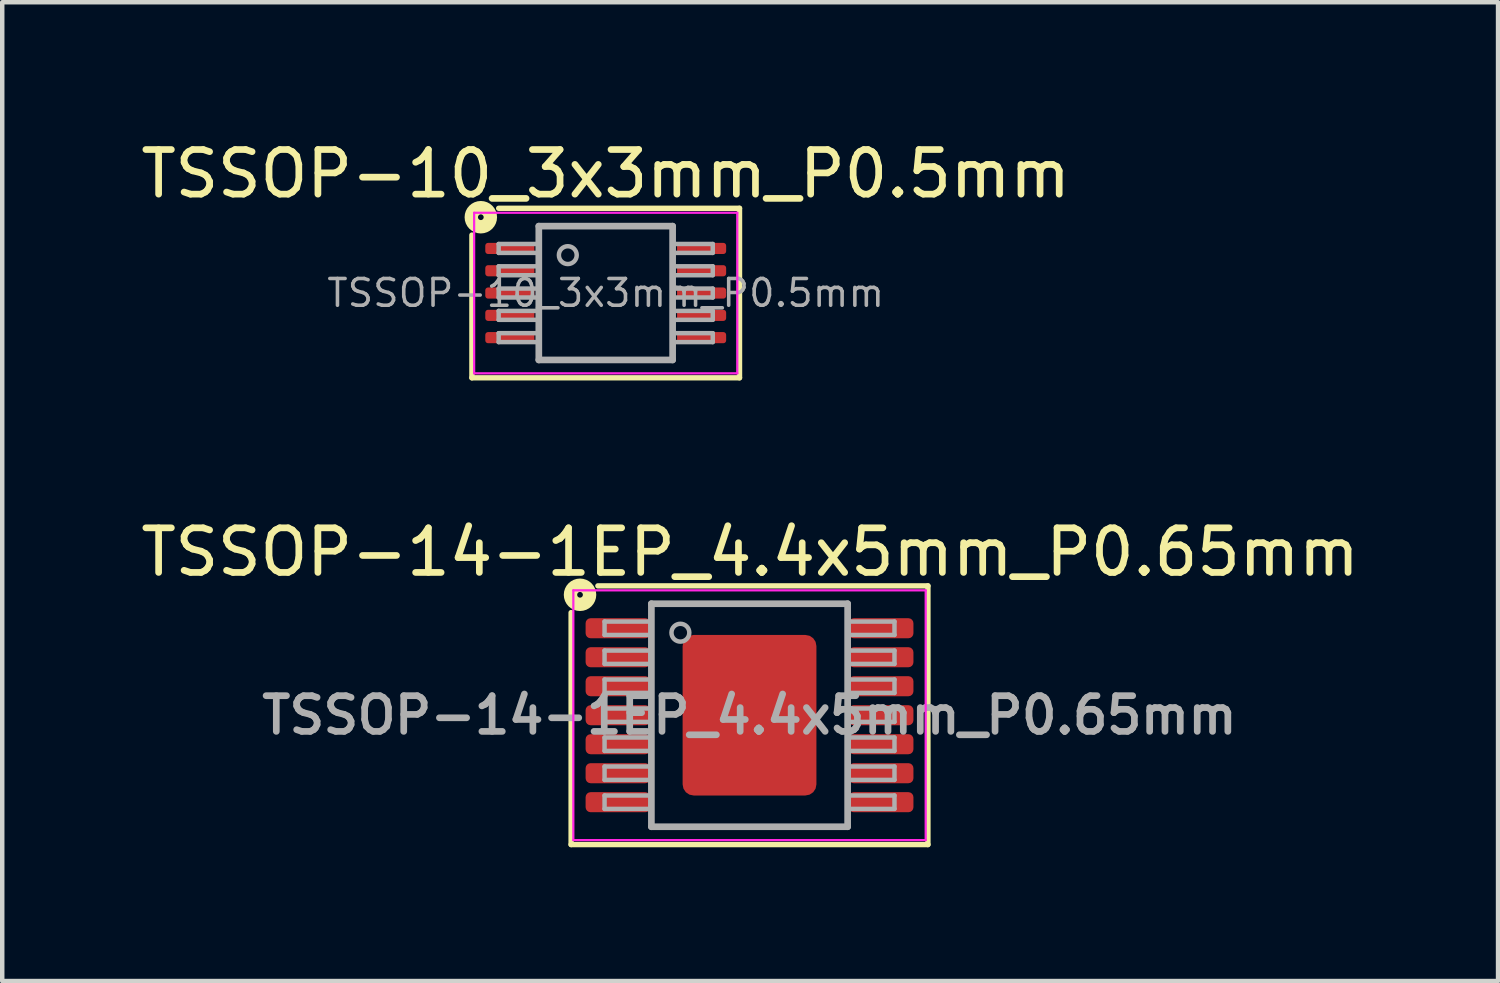
<source format=kicad_pcb>
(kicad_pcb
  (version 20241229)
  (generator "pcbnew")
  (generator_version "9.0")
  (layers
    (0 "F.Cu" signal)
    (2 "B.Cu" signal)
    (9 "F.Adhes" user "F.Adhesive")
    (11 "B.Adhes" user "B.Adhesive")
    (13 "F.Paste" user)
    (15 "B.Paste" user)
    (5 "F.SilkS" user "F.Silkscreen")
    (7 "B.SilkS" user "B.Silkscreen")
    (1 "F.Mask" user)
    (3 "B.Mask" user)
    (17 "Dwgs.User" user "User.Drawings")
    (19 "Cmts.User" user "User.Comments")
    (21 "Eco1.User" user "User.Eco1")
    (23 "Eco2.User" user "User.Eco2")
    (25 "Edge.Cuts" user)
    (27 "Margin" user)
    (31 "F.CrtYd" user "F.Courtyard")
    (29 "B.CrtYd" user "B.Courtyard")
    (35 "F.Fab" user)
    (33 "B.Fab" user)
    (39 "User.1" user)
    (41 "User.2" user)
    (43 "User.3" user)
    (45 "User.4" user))
  (footprint "TSSOP-14-1EP_4.4x5mm_P0.65mm"
    (layer "F.Cu")
    (at 13.754 12.985)
    (property "Reference" "TSSOP-14-1EP_4.4x5mm_P0.65mm" (at 0.014 -3.656 0) (layer "F.SilkS") (effects (font (size 1 1) (thickness 0.15))))
    (attr smd)
    (fp_line (start -4 -2.3) (end -4 2.9) (stroke (width 0.12) (type solid)) (layer "F.SilkS"))
    (fp_line (start -4 2.9) (end 4 2.9) (stroke (width 0.12) (type solid)) (layer "F.SilkS"))
    (fp_line (start 4 -2.9) (end -3.4 -2.9) (stroke (width 0.12) (type solid)) (layer "F.SilkS"))
    (fp_line (start 4 2.9) (end 4 -2.9) (stroke (width 0.12) (type solid)) (layer "F.SilkS"))
    (fp_circle (center -3.8 -2.7) (end -3.736 -2.7) (stroke (width 0.3) (type solid)) (fill no) (layer "F.SilkS"))
    (fp_line (start -3.95 -2.8) (end -3.95 2.8) (stroke (width 0.05) (type solid)) (layer "F.CrtYd"))
    (fp_line (start -3.95 -2.8) (end 3.95 -2.8) (stroke (width 0.05) (type solid)) (layer "F.CrtYd"))
    (fp_line (start -3.95 2.8) (end 3.95 2.8) (stroke (width 0.05) (type solid)) (layer "F.CrtYd"))
    (fp_line (start 3.95 -2.8) (end 3.95 2.8) (stroke (width 0.05) (type solid)) (layer "F.CrtYd"))
    (fp_line (start -3.25 -2.1) (end -3.25 -1.8) (stroke (width 0.1) (type solid)) (layer "F.Fab"))
    (fp_line (start -3.25 -2.1) (end -2.2 -2.1) (stroke (width 0.1) (type solid)) (layer "F.Fab"))
    (fp_line (start -3.25 -1.8) (end -2.2 -1.8) (stroke (width 0.1) (type solid)) (layer "F.Fab"))
    (fp_line (start -3.25 -1.45) (end -3.25 -1.15) (stroke (width 0.1) (type solid)) (layer "F.Fab"))
    (fp_line (start -3.25 -1.45) (end -2.2 -1.45) (stroke (width 0.1) (type solid)) (layer "F.Fab"))
    (fp_line (start -3.25 -1.15) (end -2.2 -1.15) (stroke (width 0.1) (type solid)) (layer "F.Fab"))
    (fp_line (start -3.25 -0.8) (end -3.25 -0.5) (stroke (width 0.1) (type solid)) (layer "F.Fab"))
    (fp_line (start -3.25 -0.8) (end -2.2 -0.8) (stroke (width 0.1) (type solid)) (layer "F.Fab"))
    (fp_line (start -3.25 -0.5) (end -2.2 -0.5) (stroke (width 0.1) (type solid)) (layer "F.Fab"))
    (fp_line (start -3.25 -0.15) (end -3.25 0.15) (stroke (width 0.1) (type solid)) (layer "F.Fab"))
    (fp_line (start -3.25 -0.15) (end -2.2 -0.15) (stroke (width 0.1) (type solid)) (layer "F.Fab"))
    (fp_line (start -3.25 0.15) (end -2.2 0.15) (stroke (width 0.1) (type solid)) (layer "F.Fab"))
    (fp_line (start -3.25 0.5) (end -3.25 0.8) (stroke (width 0.1) (type solid)) (layer "F.Fab"))
    (fp_line (start -3.25 0.5) (end -2.2 0.5) (stroke (width 0.1) (type solid)) (layer "F.Fab"))
    (fp_line (start -3.25 0.8) (end -2.2 0.8) (stroke (width 0.1) (type solid)) (layer "F.Fab"))
    (fp_line (start -3.25 1.15) (end -3.25 1.45) (stroke (width 0.1) (type solid)) (layer "F.Fab"))
    (fp_line (start -3.25 1.15) (end -2.2 1.15) (stroke (width 0.1) (type solid)) (layer "F.Fab"))
    (fp_line (start -3.25 1.45) (end -2.2 1.45) (stroke (width 0.1) (type solid)) (layer "F.Fab"))
    (fp_line (start -3.25 1.8) (end -3.25 2.1) (stroke (width 0.1) (type solid)) (layer "F.Fab"))
    (fp_line (start -3.25 1.8) (end -2.2 1.8) (stroke (width 0.1) (type solid)) (layer "F.Fab"))
    (fp_line (start -3.25 2.1) (end -2.2 2.1) (stroke (width 0.1) (type solid)) (layer "F.Fab"))
    (fp_line (start -2.2 -2.5) (end 2.2 -2.5) (stroke (width 0.15) (type solid)) (layer "F.Fab"))
    (fp_line (start -2.2 2.5) (end -2.2 -2.5) (stroke (width 0.15) (type solid)) (layer "F.Fab"))
    (fp_line (start 2.2 -2.5) (end 2.2 2.5) (stroke (width 0.15) (type solid)) (layer "F.Fab"))
    (fp_line (start 2.2 2.5) (end -2.2 2.5) (stroke (width 0.15) (type solid)) (layer "F.Fab"))
    (fp_line (start 3.25 -2.1) (end 2.2 -2.1) (stroke (width 0.1) (type solid)) (layer "F.Fab"))
    (fp_line (start 3.25 -1.8) (end 2.2 -1.8) (stroke (width 0.1) (type solid)) (layer "F.Fab"))
    (fp_line (start 3.25 -1.8) (end 3.25 -2.1) (stroke (width 0.1) (type solid)) (layer "F.Fab"))
    (fp_line (start 3.25 -1.45) (end 2.2 -1.45) (stroke (width 0.1) (type solid)) (layer "F.Fab"))
    (fp_line (start 3.25 -1.15) (end 2.2 -1.15) (stroke (width 0.1) (type solid)) (layer "F.Fab"))
    (fp_line (start 3.25 -1.15) (end 3.25 -1.45) (stroke (width 0.1) (type solid)) (layer "F.Fab"))
    (fp_line (start 3.25 -0.8) (end 2.2 -0.8) (stroke (width 0.1) (type solid)) (layer "F.Fab"))
    (fp_line (start 3.25 -0.5) (end 2.2 -0.5) (stroke (width 0.1) (type solid)) (layer "F.Fab"))
    (fp_line (start 3.25 -0.5) (end 3.25 -0.8) (stroke (width 0.1) (type solid)) (layer "F.Fab"))
    (fp_line (start 3.25 -0.15) (end 2.2 -0.15) (stroke (width 0.1) (type solid)) (layer "F.Fab"))
    (fp_line (start 3.25 0.15) (end 2.2 0.15) (stroke (width 0.1) (type solid)) (layer "F.Fab"))
    (fp_line (start 3.25 0.15) (end 3.25 -0.15) (stroke (width 0.1) (type solid)) (layer "F.Fab"))
    (fp_line (start 3.25 0.5) (end 2.2 0.5) (stroke (width 0.1) (type solid)) (layer "F.Fab"))
    (fp_line (start 3.25 0.8) (end 2.2 0.8) (stroke (width 0.1) (type solid)) (layer "F.Fab"))
    (fp_line (start 3.25 0.8) (end 3.25 0.5) (stroke (width 0.1) (type solid)) (layer "F.Fab"))
    (fp_line (start 3.25 1.15) (end 2.2 1.15) (stroke (width 0.1) (type solid)) (layer "F.Fab"))
    (fp_line (start 3.25 1.45) (end 2.2 1.45) (stroke (width 0.1) (type solid)) (layer "F.Fab"))
    (fp_line (start 3.25 1.45) (end 3.25 1.15) (stroke (width 0.1) (type solid)) (layer "F.Fab"))
    (fp_line (start 3.25 1.8) (end 2.2 1.8) (stroke (width 0.1) (type solid)) (layer "F.Fab"))
    (fp_line (start 3.25 2.1) (end 2.2 2.1) (stroke (width 0.1) (type solid)) (layer "F.Fab"))
    (fp_line (start 3.25 2.1) (end 3.25 1.8) (stroke (width 0.1) (type solid)) (layer "F.Fab"))
    (fp_circle (center -1.55 -1.85) (end -1.35 -1.85) (stroke (width 0.1) (type solid)) (fill no) (layer "F.Fab"))
    (fp_text user "${REFERENCE}" (at 0 0 0) (layer "F.Fab") (effects (font (size 0.8 0.8) (thickness 0.15))))
    (pad "" smd roundrect (at -0.8 -0.9) (size 1.2 1.4) (layers "F.Paste") (roundrect_rratio 0.25))
    (pad "" smd roundrect (at -0.8 0.9) (size 1.2 1.4) (layers "F.Paste") (roundrect_rratio 0.25))
    (pad "" smd roundrect (at 0.8 -0.9) (size 1.2 1.4) (layers "F.Paste") (roundrect_rratio 0.25))
    (pad "" smd roundrect (at 0.8 0.9) (size 1.2 1.4) (layers "F.Paste") (roundrect_rratio 0.25))
    (pad "1" smd roundrect (at -2.95 -1.95) (size 1.45 0.45) (layers "F.Cu" "F.Mask" "F.Paste") (roundrect_rratio 0.25))
    (pad "2" smd roundrect (at -2.95 -1.3) (size 1.45 0.45) (layers "F.Cu" "F.Mask" "F.Paste") (roundrect_rratio 0.25))
    (pad "3" smd roundrect (at -2.95 -0.65) (size 1.45 0.45) (layers "F.Cu" "F.Mask" "F.Paste") (roundrect_rratio 0.25))
    (pad "4" smd roundrect (at -2.95 0) (size 1.45 0.45) (layers "F.Cu" "F.Mask" "F.Paste") (roundrect_rratio 0.25))
    (pad "5" smd roundrect (at -2.95 0.65) (size 1.45 0.45) (layers "F.Cu" "F.Mask" "F.Paste") (roundrect_rratio 0.25))
    (pad "6" smd roundrect (at -2.95 1.3) (size 1.45 0.45) (layers "F.Cu" "F.Mask" "F.Paste") (roundrect_rratio 0.25))
    (pad "7" smd roundrect (at -2.95 1.95) (size 1.45 0.45) (layers "F.Cu" "F.Mask" "F.Paste") (roundrect_rratio 0.25))
    (pad "8" smd roundrect (at 2.95 1.95) (size 1.45 0.45) (layers "F.Cu" "F.Mask" "F.Paste") (roundrect_rratio 0.25))
    (pad "9" smd roundrect (at 2.95 1.3) (size 1.45 0.45) (layers "F.Cu" "F.Mask" "F.Paste") (roundrect_rratio 0.25))
    (pad "10" smd roundrect (at 2.95 0.65) (size 1.45 0.45) (layers "F.Cu" "F.Mask" "F.Paste") (roundrect_rratio 0.25))
    (pad "11" smd roundrect (at 2.95 0) (size 1.45 0.45) (layers "F.Cu" "F.Mask" "F.Paste") (roundrect_rratio 0.25))
    (pad "12" smd roundrect (at 2.95 -0.65) (size 1.45 0.45) (layers "F.Cu" "F.Mask" "F.Paste") (roundrect_rratio 0.25))
    (pad "13" smd roundrect (at 2.95 -1.3) (size 1.45 0.45) (layers "F.Cu" "F.Mask" "F.Paste") (roundrect_rratio 0.25))
    (pad "14" smd roundrect (at 2.95 -1.95) (size 1.45 0.45) (layers "F.Cu" "F.Mask" "F.Paste") (roundrect_rratio 0.25))
    (pad "15" smd roundrect (at 0 0) (size 3 3.6) (layers "F.Cu" "F.Mask") (roundrect_rratio 0.083)))
  (footprint "TSSOP-10_3x3mm_P0.5mm"
    (layer "F.Cu")
    (at 10.53 3.52)
    (property "Reference" "TSSOP-10_3x3mm_P0.5mm" (at 0 -2.672 0) (layer "F.SilkS") (effects (font (size 1 1) (thickness 0.15))))
    (attr smd)
    (fp_line (start -3 -1.3) (end -3 1.9) (stroke (width 0.12) (type solid)) (layer "F.SilkS"))
    (fp_line (start -3 1.9) (end 3 1.9) (stroke (width 0.12) (type solid)) (layer "F.SilkS"))
    (fp_line (start 3 -1.9) (end -2.4 -1.9) (stroke (width 0.12) (type solid)) (layer "F.SilkS"))
    (fp_line (start 3 1.9) (end 3 -1.9) (stroke (width 0.12) (type solid)) (layer "F.SilkS"))
    (fp_circle (center -2.8 -1.7) (end -2.736 -1.7) (stroke (width 0.3) (type solid)) (fill no) (layer "F.SilkS"))
    (fp_line (start -2.95 -1.8) (end -2.95 1.8) (stroke (width 0.05) (type solid)) (layer "F.CrtYd"))
    (fp_line (start -2.95 -1.8) (end 2.95 -1.8) (stroke (width 0.05) (type solid)) (layer "F.CrtYd"))
    (fp_line (start -2.95 1.8) (end 2.95 1.8) (stroke (width 0.05) (type solid)) (layer "F.CrtYd"))
    (fp_line (start 2.95 -1.8) (end 2.95 1.8) (stroke (width 0.05) (type solid)) (layer "F.CrtYd"))
    (fp_line (start -2.4 -1.1) (end -2.4 -0.9) (stroke (width 0.1) (type solid)) (layer "F.Fab"))
    (fp_line (start -2.4 -1.1) (end -1.5 -1.1) (stroke (width 0.1) (type solid)) (layer "F.Fab"))
    (fp_line (start -2.4 -0.9) (end -1.5 -0.9) (stroke (width 0.1) (type solid)) (layer "F.Fab"))
    (fp_line (start -2.4 -0.6) (end -2.4 -0.4) (stroke (width 0.1) (type solid)) (layer "F.Fab"))
    (fp_line (start -2.4 -0.6) (end -1.5 -0.6) (stroke (width 0.1) (type solid)) (layer "F.Fab"))
    (fp_line (start -2.4 -0.4) (end -1.5 -0.4) (stroke (width 0.1) (type solid)) (layer "F.Fab"))
    (fp_line (start -2.4 -0.1) (end -2.4 0.1) (stroke (width 0.1) (type solid)) (layer "F.Fab"))
    (fp_line (start -2.4 -0.1) (end -1.5 -0.1) (stroke (width 0.1) (type solid)) (layer "F.Fab"))
    (fp_line (start -2.4 0.1) (end -1.5 0.1) (stroke (width 0.1) (type solid)) (layer "F.Fab"))
    (fp_line (start -2.4 0.4) (end -2.4 0.6) (stroke (width 0.1) (type solid)) (layer "F.Fab"))
    (fp_line (start -2.4 0.4) (end -1.5 0.4) (stroke (width 0.1) (type solid)) (layer "F.Fab"))
    (fp_line (start -2.4 0.6) (end -1.5 0.6) (stroke (width 0.1) (type solid)) (layer "F.Fab"))
    (fp_line (start -2.4 0.9) (end -2.4 1.1) (stroke (width 0.1) (type solid)) (layer "F.Fab"))
    (fp_line (start -2.4 0.9) (end -1.5 0.9) (stroke (width 0.1) (type solid)) (layer "F.Fab"))
    (fp_line (start -2.4 1.1) (end -1.5 1.1) (stroke (width 0.1) (type solid)) (layer "F.Fab"))
    (fp_line (start -1.5 -1.5) (end 1.5 -1.5) (stroke (width 0.15) (type solid)) (layer "F.Fab"))
    (fp_line (start -1.5 1.5) (end -1.5 -1.5) (stroke (width 0.15) (type solid)) (layer "F.Fab"))
    (fp_line (start 1.5 -1.5) (end 1.5 1.5) (stroke (width 0.15) (type solid)) (layer "F.Fab"))
    (fp_line (start 1.5 1.5) (end -1.5 1.5) (stroke (width 0.15) (type solid)) (layer "F.Fab"))
    (fp_line (start 2.4 -1.1) (end 1.5 -1.1) (stroke (width 0.1) (type solid)) (layer "F.Fab"))
    (fp_line (start 2.4 -0.9) (end 1.5 -0.9) (stroke (width 0.1) (type solid)) (layer "F.Fab"))
    (fp_line (start 2.4 -0.9) (end 2.4 -1.1) (stroke (width 0.1) (type solid)) (layer "F.Fab"))
    (fp_line (start 2.4 -0.6) (end 1.5 -0.6) (stroke (width 0.1) (type solid)) (layer "F.Fab"))
    (fp_line (start 2.4 -0.4) (end 1.5 -0.4) (stroke (width 0.1) (type solid)) (layer "F.Fab"))
    (fp_line (start 2.4 -0.4) (end 2.4 -0.6) (stroke (width 0.1) (type solid)) (layer "F.Fab"))
    (fp_line (start 2.4 -0.1) (end 1.5 -0.1) (stroke (width 0.1) (type solid)) (layer "F.Fab"))
    (fp_line (start 2.4 0.1) (end 1.5 0.1) (stroke (width 0.1) (type solid)) (layer "F.Fab"))
    (fp_line (start 2.4 0.1) (end 2.4 -0.1) (stroke (width 0.1) (type solid)) (layer "F.Fab"))
    (fp_line (start 2.4 0.4) (end 1.5 0.4) (stroke (width 0.1) (type solid)) (layer "F.Fab"))
    (fp_line (start 2.4 0.6) (end 1.5 0.6) (stroke (width 0.1) (type solid)) (layer "F.Fab"))
    (fp_line (start 2.4 0.6) (end 2.4 0.4) (stroke (width 0.1) (type solid)) (layer "F.Fab"))
    (fp_line (start 2.4 0.9) (end 1.5 0.9) (stroke (width 0.1) (type solid)) (layer "F.Fab"))
    (fp_line (start 2.4 1.1) (end 1.5 1.1) (stroke (width 0.1) (type solid)) (layer "F.Fab"))
    (fp_line (start 2.4 1.1) (end 2.4 0.9) (stroke (width 0.1) (type solid)) (layer "F.Fab"))
    (fp_circle (center -0.85 -0.85) (end -0.65 -0.85) (stroke (width 0.1) (type solid)) (fill no) (layer "F.Fab"))
    (fp_text user "${REFERENCE}" (at 0 0 0) (layer "F.Fab") (effects (font (size 0.6 0.6) (thickness 0.08))))
    (pad "1" smd roundrect (at -2.15 -1) (size 1.1 0.25) (layers "F.Cu" "F.Mask" "F.Paste") (roundrect_rratio 0.25))
    (pad "2" smd roundrect (at -2.15 -0.5) (size 1.1 0.25) (layers "F.Cu" "F.Mask" "F.Paste") (roundrect_rratio 0.25))
    (pad "3" smd roundrect (at -2.15 0) (size 1.1 0.25) (layers "F.Cu" "F.Mask" "F.Paste") (roundrect_rratio 0.25))
    (pad "4" smd roundrect (at -2.15 0.5) (size 1.1 0.25) (layers "F.Cu" "F.Mask" "F.Paste") (roundrect_rratio 0.25))
    (pad "5" smd roundrect (at -2.15 1) (size 1.1 0.25) (layers "F.Cu" "F.Mask" "F.Paste") (roundrect_rratio 0.25))
    (pad "6" smd roundrect (at 2.15 1) (size 1.1 0.25) (layers "F.Cu" "F.Mask" "F.Paste") (roundrect_rratio 0.25))
    (pad "7" smd roundrect (at 2.15 0.5) (size 1.1 0.25) (layers "F.Cu" "F.Mask" "F.Paste") (roundrect_rratio 0.25))
    (pad "8" smd roundrect (at 2.15 0) (size 1.1 0.25) (layers "F.Cu" "F.Mask" "F.Paste") (roundrect_rratio 0.25))
    (pad "9" smd roundrect (at 2.15 -0.5) (size 1.1 0.25) (layers "F.Cu" "F.Mask" "F.Paste") (roundrect_rratio 0.25))
    (pad "10" smd roundrect (at 2.15 -1) (size 1.1 0.25) (layers "F.Cu" "F.Mask" "F.Paste") (roundrect_rratio 0.25)))
  (gr_rect
    (start -3 -3)
    (end 30.536 18.945)
    (stroke (width 0.1) (type default))
    (fill no)
    (layer "Edge.Cuts")))
</source>
